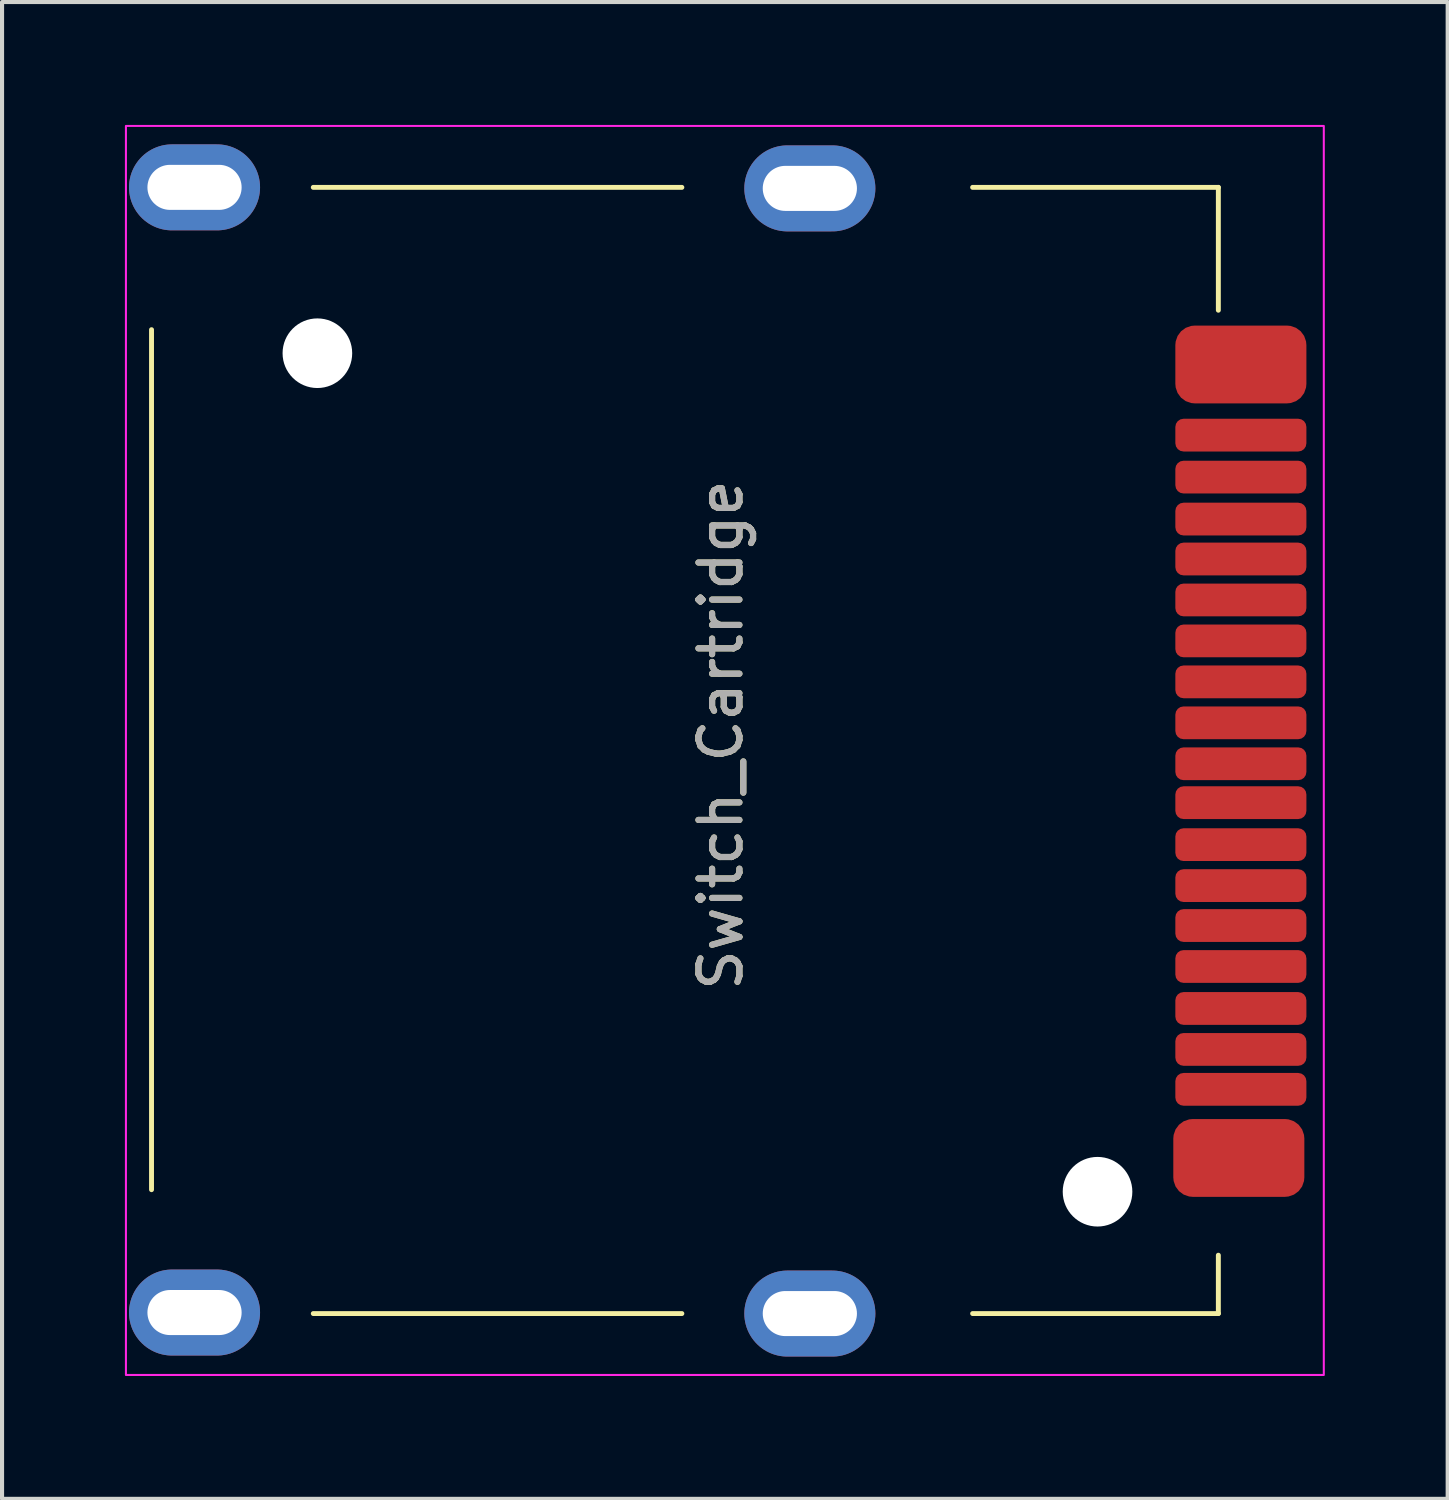
<source format=kicad_pcb>
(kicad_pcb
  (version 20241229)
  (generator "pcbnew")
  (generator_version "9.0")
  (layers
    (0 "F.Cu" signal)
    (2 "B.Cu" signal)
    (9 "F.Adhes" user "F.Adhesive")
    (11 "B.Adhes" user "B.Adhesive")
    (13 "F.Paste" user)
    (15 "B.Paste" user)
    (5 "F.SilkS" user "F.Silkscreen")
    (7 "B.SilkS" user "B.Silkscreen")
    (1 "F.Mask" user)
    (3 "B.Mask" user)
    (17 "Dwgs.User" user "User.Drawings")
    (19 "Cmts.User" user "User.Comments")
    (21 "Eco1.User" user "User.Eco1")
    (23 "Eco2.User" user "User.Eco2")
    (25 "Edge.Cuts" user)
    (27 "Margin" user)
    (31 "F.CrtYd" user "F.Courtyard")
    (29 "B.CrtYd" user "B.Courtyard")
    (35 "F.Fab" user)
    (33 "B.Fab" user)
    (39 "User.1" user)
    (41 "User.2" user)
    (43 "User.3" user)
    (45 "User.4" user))
  (footprint "Switch_Cartridge"
    (layer "F.Cu")
    (at 14.55 14.9)
    (property "Reference" "Switch_Cartridge" (at 0 0 90) (unlocked yes) (layer "F.SilkS") (effects (font (size 1 1) (thickness 0.15))))
    (attr smd)
    (fp_line (start -13.9 11.1) (end -13.9 -9.9) (stroke (width 0.12) (type solid)) (layer "F.SilkS"))
    (fp_line (start -0.95 -13.375) (end -9.95 -13.375) (stroke (width 0.12) (type solid)) (layer "F.SilkS"))
    (fp_line (start -0.95 14.125) (end -9.95 14.125) (stroke (width 0.12) (type solid)) (layer "F.SilkS"))
    (fp_line (start 6.15 -13.375) (end 12.15 -13.375) (stroke (width 0.12) (type solid)) (layer "F.SilkS"))
    (fp_line (start 6.15 14.125) (end 12.15 14.125) (stroke (width 0.12) (type solid)) (layer "F.SilkS"))
    (fp_line (start 12.15 -10.375) (end 12.15 -13.375) (stroke (width 0.12) (type solid)) (layer "F.SilkS"))
    (fp_line (start 12.15 14.125) (end 12.15 12.7) (stroke (width 0.12) (type solid)) (layer "F.SilkS"))
    (fp_rect (start -14.525 -14.875) (end 14.725 15.625) (stroke (width 0.05) (type solid)) (fill no) (layer "F.CrtYd"))
    (fp_text user "${REFERENCE}" (at 0 0 90) (unlocked yes) (layer "F.Fab") (effects (font (size 1 1) (thickness 0.15))))
    (pad "" np_thru_hole circle (at -9.85 -9.325) (size 1.7 1.7) (drill 1.7) (layers "*.Cu" "*.Mask"))
    (pad "" np_thru_hole circle (at 9.2 11.15) (size 1.7 1.7) (drill 1.7) (layers "*.Cu" "*.Mask"))
    (pad "1" smd roundrect (at 12.7 -7.325) (size 3.2 0.8) (layers "F.Cu" "F.Mask" "F.Paste") (roundrect_rratio 0.25))
    (pad "2" smd roundrect (at 12.7 -6.3) (size 3.2 0.8) (layers "F.Cu" "F.Mask" "F.Paste") (roundrect_rratio 0.25))
    (pad "3" smd roundrect (at 12.7 -5.275) (size 3.2 0.8) (layers "F.Cu" "F.Mask" "F.Paste") (roundrect_rratio 0.25))
    (pad "4" smd roundrect (at 12.7 -4.3) (size 3.2 0.8) (layers "F.Cu" "F.Mask" "F.Paste") (roundrect_rratio 0.25))
    (pad "5" smd roundrect (at 12.7 -3.3) (size 3.2 0.8) (layers "F.Cu" "F.Mask" "F.Paste") (roundrect_rratio 0.25))
    (pad "6" smd roundrect (at 12.7 -2.3) (size 3.2 0.8) (layers "F.Cu" "F.Mask" "F.Paste") (roundrect_rratio 0.25))
    (pad "7" smd roundrect (at 12.7 -1.3) (size 3.2 0.8) (layers "F.Cu" "F.Mask" "F.Paste") (roundrect_rratio 0.25))
    (pad "8" smd roundrect (at 12.7 -0.3) (size 3.2 0.8) (layers "F.Cu" "F.Mask" "F.Paste") (roundrect_rratio 0.25))
    (pad "9" smd roundrect (at 12.7 0.7) (size 3.2 0.8) (layers "F.Cu" "F.Mask" "F.Paste") (roundrect_rratio 0.25))
    (pad "10" smd roundrect (at 12.7 1.65) (size 3.2 0.8) (layers "F.Cu" "F.Mask" "F.Paste") (roundrect_rratio 0.25))
    (pad "11" smd roundrect (at 12.7 2.675) (size 3.2 0.8) (layers "F.Cu" "F.Mask" "F.Paste") (roundrect_rratio 0.25))
    (pad "12" smd roundrect (at 12.7 3.675) (size 3.2 0.8) (layers "F.Cu" "F.Mask" "F.Paste") (roundrect_rratio 0.25))
    (pad "13" smd roundrect (at 12.7 4.65) (size 3.2 0.8) (layers "F.Cu" "F.Mask" "F.Paste") (roundrect_rratio 0.25))
    (pad "14" smd roundrect (at 12.7 5.65) (size 3.2 0.8) (layers "F.Cu" "F.Mask" "F.Paste") (roundrect_rratio 0.25))
    (pad "15" smd roundrect (at 12.7 6.675) (size 3.2 0.8) (layers "F.Cu" "F.Mask" "F.Paste") (roundrect_rratio 0.25))
    (pad "16" smd roundrect (at 12.7 7.675) (size 3.2 0.8) (layers "F.Cu" "F.Mask" "F.Paste") (roundrect_rratio 0.25))
    (pad "17" smd roundrect (at 12.7 8.65) (size 3.2 0.8) (layers "F.Cu" "F.Mask" "F.Paste") (roundrect_rratio 0.25))
    (pad "MP" thru_hole oval (at -12.85 -13.375 90) (size 2.1 3.2) (drill oval 1.1 2.3) (layers "*.Cu" "*.Mask" "F.Paste"))
    (pad "MP" thru_hole oval (at -12.85 14.1 90) (size 2.1 3.2) (drill oval 1.1 2.3) (layers "*.Cu" "*.Mask" "F.Paste"))
    (pad "MP" thru_hole oval (at 2.175 -13.35 90) (size 2.1 3.2) (drill oval 1.1 2.3) (layers "*.Cu" "*.Mask" "F.Paste"))
    (pad "MP" thru_hole oval (at 2.175 14.125 90) (size 2.1 3.2) (drill oval 1.1 2.3) (layers "*.Cu" "*.Mask" "F.Paste"))
    (pad "MP" smd roundrect (at 12.65 10.325) (size 3.2 1.9) (layers "F.Cu" "F.Mask" "F.Paste") (roundrect_rratio 0.25))
    (pad "MP" smd roundrect (at 12.7 -9.05) (size 3.2 1.9) (layers "F.Cu" "F.Mask" "F.Paste") (roundrect_rratio 0.25)))
  (gr_rect
    (start -3 -3)
    (end 32.3 33.55)
    (stroke (width 0.1) (type default))
    (fill no)
    (layer "Edge.Cuts")))
</source>
